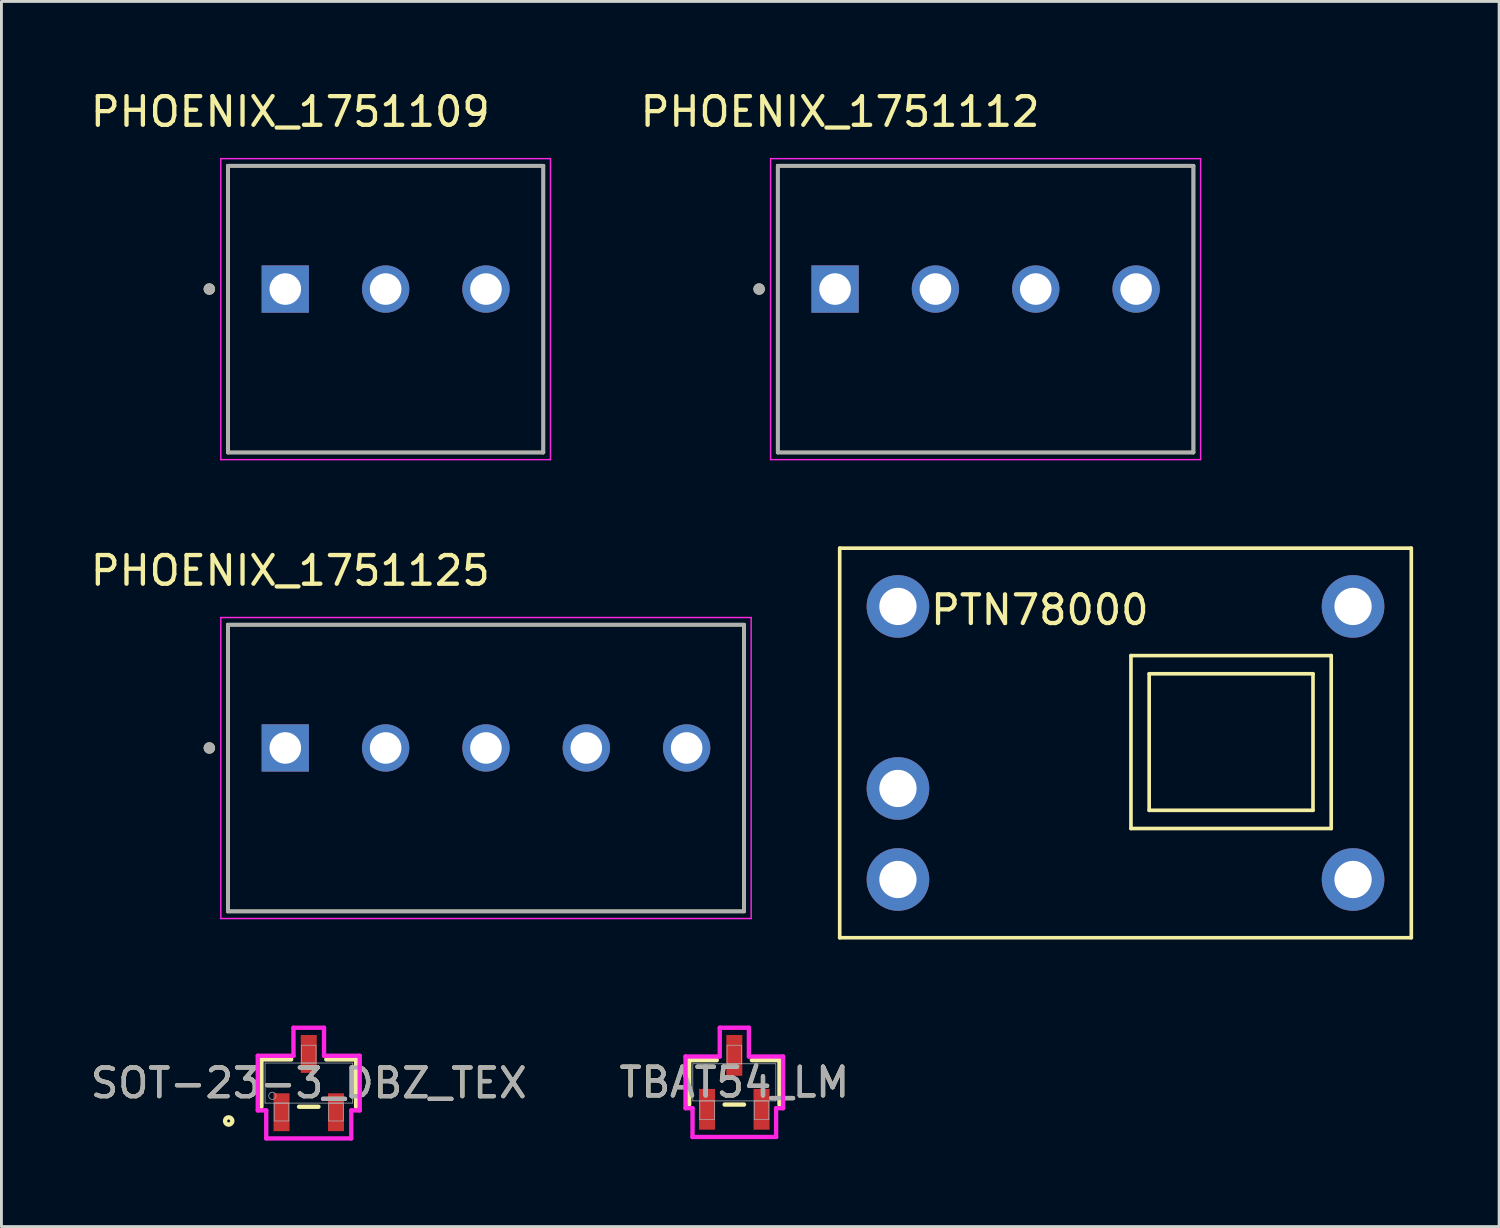
<source format=kicad_pcb>
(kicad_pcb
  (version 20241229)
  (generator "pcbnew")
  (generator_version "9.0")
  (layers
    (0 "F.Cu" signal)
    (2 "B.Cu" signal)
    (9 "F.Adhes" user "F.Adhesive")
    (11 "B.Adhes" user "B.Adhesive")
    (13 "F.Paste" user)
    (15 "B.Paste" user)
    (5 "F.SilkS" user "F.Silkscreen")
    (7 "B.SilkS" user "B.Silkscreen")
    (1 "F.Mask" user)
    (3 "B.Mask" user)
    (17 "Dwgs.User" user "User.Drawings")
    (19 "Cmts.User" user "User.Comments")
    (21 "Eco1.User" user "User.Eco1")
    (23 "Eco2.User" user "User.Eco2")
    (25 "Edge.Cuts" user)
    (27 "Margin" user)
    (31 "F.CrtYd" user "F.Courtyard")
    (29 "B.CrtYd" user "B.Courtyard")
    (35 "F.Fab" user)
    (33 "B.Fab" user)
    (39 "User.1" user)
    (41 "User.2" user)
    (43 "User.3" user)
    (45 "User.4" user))
  (footprint "PTN78000"
    (layer "F.Cu")
    (at 36.401 22.676)
    (property "Reference" "PTN78000" (at -3.178 -4.449 0) (layer "F.SilkS") (effects (font (size 1.001 1.001) (thickness 0.15))))
    (attr through_hole)
    (fp_line (start -10.16 -6.604) (end -10.16 6.985) (stroke (width 0.127) (type solid)) (layer "F.SilkS"))
    (fp_line (start -10.16 6.985) (end 9.779 6.985) (stroke (width 0.127) (type solid)) (layer "F.SilkS"))
    (fp_line (start 0 -2.857) (end 6.985 -2.857) (stroke (width 0.127) (type solid)) (layer "F.SilkS"))
    (fp_line (start 0 3.175) (end 0 -2.857) (stroke (width 0.127) (type solid)) (layer "F.SilkS"))
    (fp_line (start 0.635 -2.223) (end 6.35 -2.223) (stroke (width 0.127) (type solid)) (layer "F.SilkS"))
    (fp_line (start 0.635 2.54) (end 0.635 -2.223) (stroke (width 0.127) (type solid)) (layer "F.SilkS"))
    (fp_line (start 6.35 -2.223) (end 6.35 2.54) (stroke (width 0.127) (type solid)) (layer "F.SilkS"))
    (fp_line (start 6.35 2.54) (end 0.635 2.54) (stroke (width 0.127) (type solid)) (layer "F.SilkS"))
    (fp_line (start 6.985 -2.857) (end 6.985 3.175) (stroke (width 0.127) (type solid)) (layer "F.SilkS"))
    (fp_line (start 6.985 3.175) (end 0 3.175) (stroke (width 0.127) (type solid)) (layer "F.SilkS"))
    (fp_line (start 9.779 -6.604) (end -10.16 -6.604) (stroke (width 0.127) (type solid)) (layer "F.SilkS"))
    (fp_line (start 9.779 6.985) (end 9.779 -6.604) (stroke (width 0.127) (type solid)) (layer "F.SilkS"))
    (pad "P1" thru_hole circle (at -8.128 -4.572) (size 2.184 2.184) (drill 1.3) (layers "*.Cu" "*.Mask"))
    (pad "P2" thru_hole circle (at -8.128 1.778) (size 2.184 2.184) (drill 1.3) (layers "*.Cu" "*.Mask"))
    (pad "P3" thru_hole circle (at -8.128 4.953) (size 2.184 2.184) (drill 1.3) (layers "*.Cu" "*.Mask"))
    (pad "P4" thru_hole circle (at 7.747 4.953) (size 2.184 2.184) (drill 1.3) (layers "*.Cu" "*.Mask"))
    (pad "P5" thru_hole circle (at 7.747 -4.572) (size 2.184 2.184) (drill 1.3) (layers "*.Cu" "*.Mask")))
  (footprint "PHOENIX_1751109"
    (layer "F.Cu")
    (at 4.902 12.733)
    (property "Reference" "PHOENIX_1751109" (at 2.175 -11.885 0) (layer "F.SilkS") (effects (font (size 1 1) (thickness 0.15))))
    (attr through_hole)
    (fp_line (start 0 0) (end 0 -10) (stroke (width 0.127) (type solid)) (layer "F.SilkS"))
    (fp_line (start 11 -10) (end 0 -10) (stroke (width 0.127) (type solid)) (layer "F.SilkS"))
    (fp_line (start 11 -10) (end 11 0) (stroke (width 0.127) (type solid)) (layer "F.SilkS"))
    (fp_line (start 11 0) (end 0 0) (stroke (width 0.127) (type solid)) (layer "F.SilkS"))
    (fp_circle (center -0.65 -5.7) (end -0.55 -5.7) (stroke (width 0.2) (type solid)) (fill no) (layer "F.SilkS"))
    (fp_line (start -0.25 -10.25) (end 11.25 -10.25) (stroke (width 0.05) (type solid)) (layer "F.CrtYd"))
    (fp_line (start -0.25 0.25) (end -0.25 -10.25) (stroke (width 0.05) (type solid)) (layer "F.CrtYd"))
    (fp_line (start 11.25 -10.25) (end 11.25 0.25) (stroke (width 0.05) (type solid)) (layer "F.CrtYd"))
    (fp_line (start 11.25 0.25) (end -0.25 0.25) (stroke (width 0.05) (type solid)) (layer "F.CrtYd"))
    (fp_line (start 0 -10) (end 11 -10) (stroke (width 0.127) (type solid)) (layer "F.Fab"))
    (fp_line (start 0 0) (end 0 -10) (stroke (width 0.127) (type solid)) (layer "F.Fab"))
    (fp_line (start 11 -10) (end 11 0) (stroke (width 0.127) (type solid)) (layer "F.Fab"))
    (fp_line (start 11 0) (end 0 0) (stroke (width 0.127) (type solid)) (layer "F.Fab"))
    (fp_circle (center -0.65 -5.7) (end -0.55 -5.7) (stroke (width 0.2) (type solid)) (fill no) (layer "F.Fab"))
    (pad "01" thru_hole rect (at 2 -5.7) (size 1.65 1.65) (drill 1.1) (layers "*.Cu" "*.Mask"))
    (pad "02" thru_hole circle (at 5.5 -5.7) (size 1.65 1.65) (drill 1.1) (layers "*.Cu" "*.Mask"))
    (pad "03" thru_hole circle (at 9 -5.7) (size 1.65 1.65) (drill 1.1) (layers "*.Cu" "*.Mask")))
  (footprint "PHOENIX_1751112"
    (layer "F.Cu")
    (at 24.08 12.733)
    (property "Reference" "PHOENIX_1751112" (at 2.175 -11.885 0) (layer "F.SilkS") (effects (font (size 1 1) (thickness 0.15))))
    (attr through_hole)
    (fp_line (start 0 0) (end 0 -10) (stroke (width 0.127) (type solid)) (layer "F.SilkS"))
    (fp_line (start 14.5 -10) (end 0 -10) (stroke (width 0.127) (type solid)) (layer "F.SilkS"))
    (fp_line (start 14.5 -10) (end 14.5 0) (stroke (width 0.127) (type solid)) (layer "F.SilkS"))
    (fp_line (start 14.5 0) (end 0 0) (stroke (width 0.127) (type solid)) (layer "F.SilkS"))
    (fp_circle (center -0.65 -5.7) (end -0.55 -5.7) (stroke (width 0.2) (type solid)) (fill no) (layer "F.SilkS"))
    (fp_line (start -0.25 -10.25) (end 14.75 -10.25) (stroke (width 0.05) (type solid)) (layer "F.CrtYd"))
    (fp_line (start -0.25 0.25) (end -0.25 -10.25) (stroke (width 0.05) (type solid)) (layer "F.CrtYd"))
    (fp_line (start 14.75 -10.25) (end 14.75 0.25) (stroke (width 0.05) (type solid)) (layer "F.CrtYd"))
    (fp_line (start 14.75 0.25) (end -0.25 0.25) (stroke (width 0.05) (type solid)) (layer "F.CrtYd"))
    (fp_line (start 0 -10) (end 14.5 -10) (stroke (width 0.127) (type solid)) (layer "F.Fab"))
    (fp_line (start 0 0) (end 0 -10) (stroke (width 0.127) (type solid)) (layer "F.Fab"))
    (fp_line (start 14.5 -10) (end 14.5 0) (stroke (width 0.127) (type solid)) (layer "F.Fab"))
    (fp_line (start 14.5 0) (end 0 0) (stroke (width 0.127) (type solid)) (layer "F.Fab"))
    (fp_circle (center -0.65 -5.7) (end -0.55 -5.7) (stroke (width 0.2) (type solid)) (fill no) (layer "F.Fab"))
    (pad "01" thru_hole rect (at 2 -5.7) (size 1.65 1.65) (drill 1.1) (layers "*.Cu" "*.Mask"))
    (pad "02" thru_hole circle (at 5.5 -5.7) (size 1.65 1.65) (drill 1.1) (layers "*.Cu" "*.Mask"))
    (pad "03" thru_hole circle (at 9 -5.7) (size 1.65 1.65) (drill 1.1) (layers "*.Cu" "*.Mask"))
    (pad "04" thru_hole circle (at 12.5 -5.7) (size 1.65 1.65) (drill 1.1) (layers "*.Cu" "*.Mask")))
  (footprint "TBAT54_LM"
    (layer "F.Cu")
    (at 22.565 34.705)
    (property "Reference" "TBAT54_LM" (at 0 0 0) (unlocked yes) (layer "F.SilkS") (effects (font (size 1 1) (thickness 0.15))))
    (attr smd)
    (fp_line (start -1.575 -0.775) (end -1.575 0.775) (stroke (width 0.152) (type solid)) (layer "F.SilkS"))
    (fp_line (start -0.612 -0.775) (end -1.575 -0.775) (stroke (width 0.152) (type solid)) (layer "F.SilkS"))
    (fp_line (start -0.338 0.775) (end 0.338 0.775) (stroke (width 0.152) (type solid)) (layer "F.SilkS"))
    (fp_line (start 1.575 -0.775) (end 0.612 -0.775) (stroke (width 0.152) (type solid)) (layer "F.SilkS"))
    (fp_line (start 1.575 0.775) (end 1.575 -0.775) (stroke (width 0.152) (type solid)) (layer "F.SilkS"))
    (fp_line (start -1.702 -0.902) (end -0.508 -0.902) (stroke (width 0.152) (type solid)) (layer "F.CrtYd"))
    (fp_line (start -1.702 0.902) (end -1.702 -0.902) (stroke (width 0.152) (type solid)) (layer "F.CrtYd"))
    (fp_line (start -1.702 0.902) (end -1.458 0.902) (stroke (width 0.152) (type solid)) (layer "F.CrtYd"))
    (fp_line (start -1.458 0.902) (end -1.458 1.905) (stroke (width 0.152) (type solid)) (layer "F.CrtYd"))
    (fp_line (start -1.458 1.905) (end 1.458 1.905) (stroke (width 0.152) (type solid)) (layer "F.CrtYd"))
    (fp_line (start -0.508 -1.905) (end 0.508 -1.905) (stroke (width 0.152) (type solid)) (layer "F.CrtYd"))
    (fp_line (start -0.508 -0.902) (end -0.508 -1.905) (stroke (width 0.152) (type solid)) (layer "F.CrtYd"))
    (fp_line (start 0.508 -0.902) (end 0.508 -1.905) (stroke (width 0.152) (type solid)) (layer "F.CrtYd"))
    (fp_line (start 1.458 0.902) (end 1.458 1.905) (stroke (width 0.152) (type solid)) (layer "F.CrtYd"))
    (fp_line (start 1.702 -0.902) (end 0.508 -0.902) (stroke (width 0.152) (type solid)) (layer "F.CrtYd"))
    (fp_line (start 1.702 -0.902) (end 1.702 0.902) (stroke (width 0.152) (type solid)) (layer "F.CrtYd"))
    (fp_line (start 1.702 0.902) (end 1.458 0.902) (stroke (width 0.152) (type solid)) (layer "F.CrtYd"))
    (fp_line (start -1.448 -0.648) (end -1.448 0.648) (stroke (width 0.025) (type solid)) (layer "F.Fab"))
    (fp_line (start -1.448 0.648) (end 1.448 0.648) (stroke (width 0.025) (type solid)) (layer "F.Fab"))
    (fp_line (start -1.204 0.648) (end -1.204 1.295) (stroke (width 0.025) (type solid)) (layer "F.Fab"))
    (fp_line (start -1.204 1.295) (end -0.696 1.295) (stroke (width 0.025) (type solid)) (layer "F.Fab"))
    (fp_line (start -0.696 0.648) (end -1.204 0.648) (stroke (width 0.025) (type solid)) (layer "F.Fab"))
    (fp_line (start -0.696 1.295) (end -0.696 0.648) (stroke (width 0.025) (type solid)) (layer "F.Fab"))
    (fp_line (start -0.254 -1.295) (end -0.254 -0.648) (stroke (width 0.025) (type solid)) (layer "F.Fab"))
    (fp_line (start -0.254 -0.648) (end 0.254 -0.648) (stroke (width 0.025) (type solid)) (layer "F.Fab"))
    (fp_line (start 0.254 -1.295) (end -0.254 -1.295) (stroke (width 0.025) (type solid)) (layer "F.Fab"))
    (fp_line (start 0.254 -0.648) (end 0.254 -1.295) (stroke (width 0.025) (type solid)) (layer "F.Fab"))
    (fp_line (start 0.696 0.648) (end 0.696 1.295) (stroke (width 0.025) (type solid)) (layer "F.Fab"))
    (fp_line (start 0.696 1.295) (end 1.204 1.295) (stroke (width 0.025) (type solid)) (layer "F.Fab"))
    (fp_line (start 1.204 0.648) (end 0.696 0.648) (stroke (width 0.025) (type solid)) (layer "F.Fab"))
    (fp_line (start 1.204 1.295) (end 1.204 0.648) (stroke (width 0.025) (type solid)) (layer "F.Fab"))
    (fp_line (start 1.448 -0.648) (end -1.448 -0.648) (stroke (width 0.025) (type solid)) (layer "F.Fab"))
    (fp_line (start 1.448 0.648) (end 1.448 -0.648) (stroke (width 0.025) (type solid)) (layer "F.Fab"))
    (fp_circle (center -0.95 0.394) (end -0.95 0.394) (stroke (width 0.025) (type solid)) (fill no) (layer "F.Fab"))
    (fp_text user "${REFERENCE}" (at 0 0 0) (unlocked yes) (layer "F.Fab") (effects (font (size 1 1) (thickness 0.15))))
    (pad "1" smd rect (at -0.95 0.94) (size 0.559 1.422) (layers "F.Cu" "F.Mask" "F.Paste"))
    (pad "2" smd rect (at 0.95 0.94) (size 0.559 1.422) (layers "F.Cu" "F.Mask" "F.Paste"))
    (pad "3" smd rect (at 0 -0.94) (size 0.559 1.422) (layers "F.Cu" "F.Mask" "F.Paste")))
  (footprint "PHOENIX_1751125"
    (layer "F.Cu")
    (at 4.902 28.741)
    (property "Reference" "PHOENIX_1751125" (at 2.175 -11.885 0) (layer "F.SilkS") (effects (font (size 1 1) (thickness 0.15))))
    (attr through_hole)
    (fp_line (start 0 0) (end 0 -10) (stroke (width 0.127) (type solid)) (layer "F.SilkS"))
    (fp_line (start 18 -10) (end 0 -10) (stroke (width 0.127) (type solid)) (layer "F.SilkS"))
    (fp_line (start 18 -10) (end 18 0) (stroke (width 0.127) (type solid)) (layer "F.SilkS"))
    (fp_line (start 18 0) (end 0 0) (stroke (width 0.127) (type solid)) (layer "F.SilkS"))
    (fp_circle (center -0.65 -5.7) (end -0.55 -5.7) (stroke (width 0.2) (type solid)) (fill no) (layer "F.SilkS"))
    (fp_line (start -0.25 -10.25) (end 18.25 -10.25) (stroke (width 0.05) (type solid)) (layer "F.CrtYd"))
    (fp_line (start -0.25 0.25) (end -0.25 -10.25) (stroke (width 0.05) (type solid)) (layer "F.CrtYd"))
    (fp_line (start 18.25 -10.25) (end 18.25 0.25) (stroke (width 0.05) (type solid)) (layer "F.CrtYd"))
    (fp_line (start 18.25 0.25) (end -0.25 0.25) (stroke (width 0.05) (type solid)) (layer "F.CrtYd"))
    (fp_line (start 0 -10) (end 18 -10) (stroke (width 0.127) (type solid)) (layer "F.Fab"))
    (fp_line (start 0 0) (end 0 -10) (stroke (width 0.127) (type solid)) (layer "F.Fab"))
    (fp_line (start 18 -10) (end 18 0) (stroke (width 0.127) (type solid)) (layer "F.Fab"))
    (fp_line (start 18 0) (end 0 0) (stroke (width 0.127) (type solid)) (layer "F.Fab"))
    (fp_circle (center -0.65 -5.7) (end -0.55 -5.7) (stroke (width 0.2) (type solid)) (fill no) (layer "F.Fab"))
    (pad "01" thru_hole rect (at 2 -5.7) (size 1.65 1.65) (drill 1.1) (layers "*.Cu" "*.Mask"))
    (pad "02" thru_hole circle (at 5.5 -5.7) (size 1.65 1.65) (drill 1.1) (layers "*.Cu" "*.Mask"))
    (pad "03" thru_hole circle (at 9 -5.7) (size 1.65 1.65) (drill 1.1) (layers "*.Cu" "*.Mask"))
    (pad "04" thru_hole circle (at 12.5 -5.7) (size 1.65 1.65) (drill 1.1) (layers "*.Cu" "*.Mask"))
    (pad "05" thru_hole circle (at 16 -5.7) (size 1.65 1.65) (drill 1.1) (layers "*.Cu" "*.Mask")))
  (footprint "SOT-23-3_DBZ_TEX"
    (layer "F.Cu")
    (at 7.72 34.731)
    (property "Reference" "SOT-23-3_DBZ_TEX" (at 0 0 0) (unlocked yes) (layer "F.SilkS") (effects (font (size 1 1) (thickness 0.15))))
    (attr smd)
    (fp_line (start -1.651 -0.826) (end -1.651 0.826) (stroke (width 0.152) (type solid)) (layer "F.SilkS"))
    (fp_line (start -0.612 -0.826) (end -1.651 -0.826) (stroke (width 0.152) (type solid)) (layer "F.SilkS"))
    (fp_line (start -0.338 0.826) (end 0.338 0.826) (stroke (width 0.152) (type solid)) (layer "F.SilkS"))
    (fp_line (start 1.651 -0.826) (end 0.612 -0.826) (stroke (width 0.152) (type solid)) (layer "F.SilkS"))
    (fp_line (start 1.651 0.826) (end 1.651 -0.826) (stroke (width 0.152) (type solid)) (layer "F.SilkS"))
    (fp_circle (center -2.794 1.321) (end -2.667 1.321) (stroke (width 0.152) (type solid)) (fill no) (layer "F.SilkS"))
    (fp_line (start -1.778 -0.953) (end -0.533 -0.953) (stroke (width 0.152) (type solid)) (layer "F.CrtYd"))
    (fp_line (start -1.778 0.953) (end -1.778 -0.953) (stroke (width 0.152) (type solid)) (layer "F.CrtYd"))
    (fp_line (start -1.778 0.953) (end -1.483 0.953) (stroke (width 0.152) (type solid)) (layer "F.CrtYd"))
    (fp_line (start -1.483 0.953) (end -1.483 1.93) (stroke (width 0.152) (type solid)) (layer "F.CrtYd"))
    (fp_line (start -1.483 1.93) (end 1.483 1.93) (stroke (width 0.152) (type solid)) (layer "F.CrtYd"))
    (fp_line (start -0.533 -1.93) (end 0.533 -1.93) (stroke (width 0.152) (type solid)) (layer "F.CrtYd"))
    (fp_line (start -0.533 -0.953) (end -0.533 -1.93) (stroke (width 0.152) (type solid)) (layer "F.CrtYd"))
    (fp_line (start 0.533 -0.953) (end 0.533 -1.93) (stroke (width 0.152) (type solid)) (layer "F.CrtYd"))
    (fp_line (start 1.483 0.953) (end 1.483 1.93) (stroke (width 0.152) (type solid)) (layer "F.CrtYd"))
    (fp_line (start 1.778 -0.953) (end 0.533 -0.953) (stroke (width 0.152) (type solid)) (layer "F.CrtYd"))
    (fp_line (start 1.778 -0.953) (end 1.778 0.953) (stroke (width 0.152) (type solid)) (layer "F.CrtYd"))
    (fp_line (start 1.778 0.953) (end 1.483 0.953) (stroke (width 0.152) (type solid)) (layer "F.CrtYd"))
    (fp_line (start -1.524 -0.699) (end -1.524 0.699) (stroke (width 0.025) (type solid)) (layer "F.Fab"))
    (fp_line (start -1.524 0.699) (end 1.524 0.699) (stroke (width 0.025) (type solid)) (layer "F.Fab"))
    (fp_line (start -1.204 0.699) (end -1.204 1.321) (stroke (width 0.025) (type solid)) (layer "F.Fab"))
    (fp_line (start -1.204 1.321) (end -0.696 1.321) (stroke (width 0.025) (type solid)) (layer "F.Fab"))
    (fp_line (start -0.696 0.699) (end -1.204 0.699) (stroke (width 0.025) (type solid)) (layer "F.Fab"))
    (fp_line (start -0.696 1.321) (end -0.696 0.699) (stroke (width 0.025) (type solid)) (layer "F.Fab"))
    (fp_line (start -0.254 -1.321) (end -0.254 -0.699) (stroke (width 0.025) (type solid)) (layer "F.Fab"))
    (fp_line (start -0.254 -0.699) (end 0.254 -0.699) (stroke (width 0.025) (type solid)) (layer "F.Fab"))
    (fp_line (start 0.254 -1.321) (end -0.254 -1.321) (stroke (width 0.025) (type solid)) (layer "F.Fab"))
    (fp_line (start 0.254 -0.699) (end 0.254 -1.321) (stroke (width 0.025) (type solid)) (layer "F.Fab"))
    (fp_line (start 0.696 0.699) (end 0.696 1.321) (stroke (width 0.025) (type solid)) (layer "F.Fab"))
    (fp_line (start 0.696 1.321) (end 1.204 1.321) (stroke (width 0.025) (type solid)) (layer "F.Fab"))
    (fp_line (start 1.204 0.699) (end 0.696 0.699) (stroke (width 0.025) (type solid)) (layer "F.Fab"))
    (fp_line (start 1.204 1.321) (end 1.204 0.699) (stroke (width 0.025) (type solid)) (layer "F.Fab"))
    (fp_line (start 1.524 -0.699) (end -1.524 -0.699) (stroke (width 0.025) (type solid)) (layer "F.Fab"))
    (fp_line (start 1.524 0.699) (end 1.524 -0.699) (stroke (width 0.025) (type solid)) (layer "F.Fab"))
    (fp_circle (center -1.27 0.445) (end -1.143 0.445) (stroke (width 0.025) (type solid)) (fill no) (layer "F.Fab"))
    (fp_text user "${REFERENCE}" (at 0 0 0) (unlocked yes) (layer "F.Fab") (effects (font (size 1 1) (thickness 0.15))))
    (pad "1" smd rect (at -0.95 1.016) (size 0.559 1.321) (layers "F.Cu" "F.Mask" "F.Paste"))
    (pad "2" smd rect (at 0.95 1.016) (size 0.559 1.321) (layers "F.Cu" "F.Mask" "F.Paste"))
    (pad "3" smd rect (at 0 -1.016) (size 0.559 1.321) (layers "F.Cu" "F.Mask" "F.Paste")))
  (gr_rect
    (start -3 -3)
    (end 49.243 39.737)
    (stroke (width 0.1) (type default))
    (fill no)
    (layer "Edge.Cuts")))
</source>
